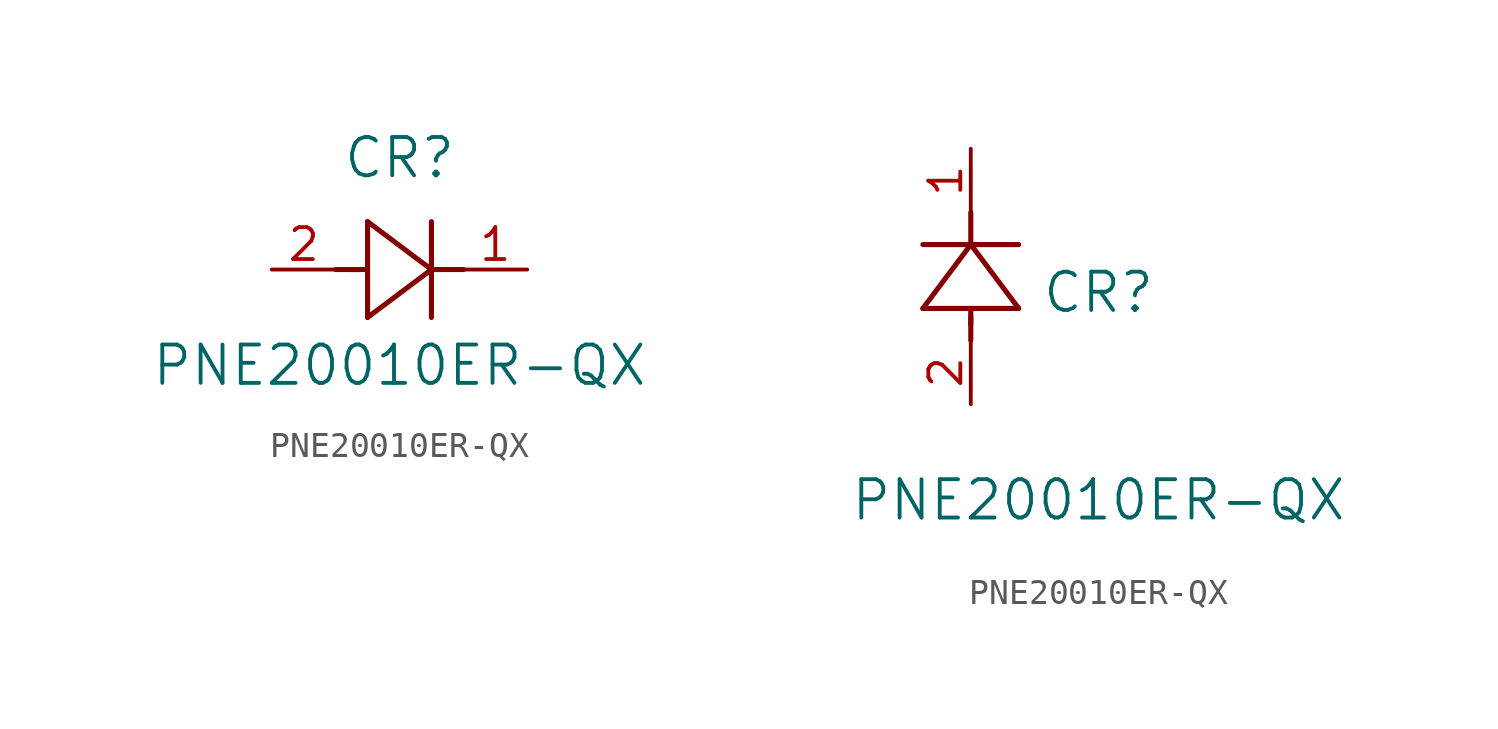
<source format=kicad_sym>
(kicad_symbol_lib
  (version 20211014)
  (generator kicad_symbol_editor)
  (symbol "PNE20010ER-QX"
    (pin_names
      (offset 0.254))
    (property "Reference" "CR"
      (at 5.08 4.445 0)
      (effects (font (size 1.524 1.524))))
    (property "Value" "PNE20010ER-QX"
      (at 5.08 -3.81 0)
      (effects (font (size 1.524 1.524))))
    (symbol "PNE20010ER-QX_1_1"
      (polyline (pts (xy 2.54 0) (xy 3.48 0)) (stroke (width 0.203) (type default) (color 0 0 0 0)) (fill (type none)))
      (polyline (pts (xy 3.81 1.905) (xy 3.81 -1.905)) (stroke (width 0.203) (type default) (color 0 0 0 0)) (fill (type none)))
      (polyline (pts (xy 3.175 0) (xy 3.81 0)) (stroke (width 0.203) (type default) (color 0 0 0 0)) (fill (type none)))
      (polyline (pts (xy 6.35 -1.905) (xy 6.35 1.905)) (stroke (width 0.203) (type default) (color 0 0 0 0)) (fill (type none)))
      (polyline (pts (xy 6.35 0) (xy 7.62 0)) (stroke (width 0.203) (type default) (color 0 0 0 0)) (fill (type none)))
      (polyline (pts (xy 6.35 0) (xy 3.81 1.905)) (stroke (width 0.203) (type default) (color 0 0 0 0)) (fill (type none)))
      (polyline (pts (xy 3.81 -1.905) (xy 6.35 0)) (stroke (width 0.203) (type default) (color 0 0 0 0)) (fill (type none)))
      (pin unspecified line (at 10.16 0 180) (length 2.54) (name "" (effects (font (size 1.27 1.27)))) (number "1" (effects (font (size 1.27 1.27)))))
      (pin unspecified line (at 0 0 0) (length 2.54) (name "" (effects (font (size 1.27 1.27)))) (number "2" (effects (font (size 1.27 1.27))))))
    (symbol "PNE20010ER-QX_1_2"
      (polyline (pts (xy 0 2.54) (xy 0 3.48)) (stroke (width 0.203) (type default) (color 0 0 0 0)) (fill (type none)))
      (polyline (pts (xy -1.905 3.81) (xy 1.905 3.81)) (stroke (width 0.203) (type default) (color 0 0 0 0)) (fill (type none)))
      (polyline (pts (xy 0 3.175) (xy 0 3.81)) (stroke (width 0.203) (type default) (color 0 0 0 0)) (fill (type none)))
      (polyline (pts (xy 1.905 6.35) (xy -1.905 6.35)) (stroke (width 0.203) (type default) (color 0 0 0 0)) (fill (type none)))
      (polyline (pts (xy 0 6.35) (xy 0 7.62)) (stroke (width 0.203) (type default) (color 0 0 0 0)) (fill (type none)))
      (polyline (pts (xy 0 6.35) (xy -1.905 3.81)) (stroke (width 0.203) (type default) (color 0 0 0 0)) (fill (type none)))
      (polyline (pts (xy 1.905 3.81) (xy 0 6.35)) (stroke (width 0.203) (type default) (color 0 0 0 0)) (fill (type none)))
      (pin unspecified line (at 0 10.16 270) (length 2.54) (name "" (effects (font (size 1.27 1.27)))) (number "1" (effects (font (size 1.27 1.27)))))
      (pin unspecified line (at 0 0 90) (length 2.54) (name "" (effects (font (size 1.27 1.27)))) (number "2" (effects (font (size 1.27 1.27))))))))
</source>
